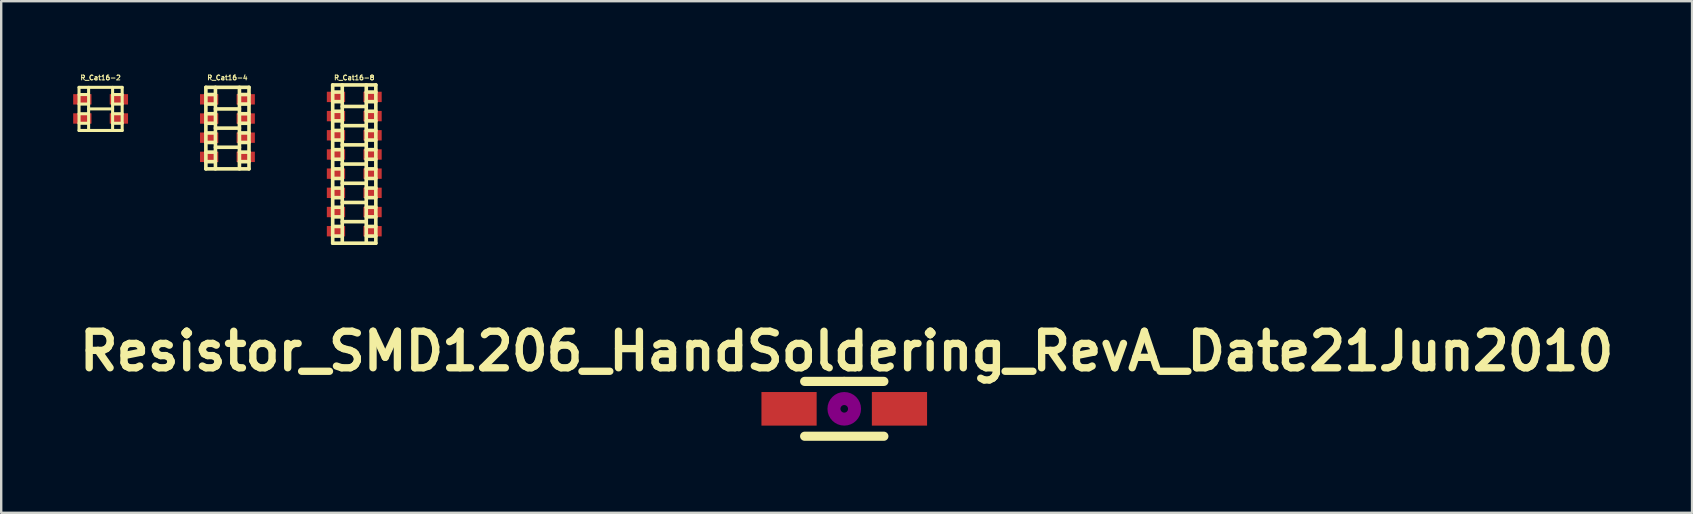
<source format=kicad_pcb>
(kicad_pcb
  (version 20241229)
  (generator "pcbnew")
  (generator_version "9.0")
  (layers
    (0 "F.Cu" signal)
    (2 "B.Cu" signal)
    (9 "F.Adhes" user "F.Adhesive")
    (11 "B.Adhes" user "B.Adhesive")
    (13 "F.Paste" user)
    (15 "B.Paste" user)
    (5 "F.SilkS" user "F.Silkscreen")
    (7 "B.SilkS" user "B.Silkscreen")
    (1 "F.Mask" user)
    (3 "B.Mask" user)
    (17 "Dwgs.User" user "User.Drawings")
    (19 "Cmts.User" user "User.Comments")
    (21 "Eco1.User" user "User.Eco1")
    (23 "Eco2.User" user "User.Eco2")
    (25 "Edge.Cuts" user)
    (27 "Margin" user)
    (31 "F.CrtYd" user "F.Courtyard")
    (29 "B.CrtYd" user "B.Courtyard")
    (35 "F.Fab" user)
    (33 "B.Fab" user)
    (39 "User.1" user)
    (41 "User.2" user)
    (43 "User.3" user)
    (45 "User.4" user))
  (footprint "Resistor_SMD1206_HandSoldering_RevA_Date21Jun2010"
    (layer "F.Cu")
    (at 32.137 13.989)
    (property "Reference" "Resistor_SMD1206_HandSoldering_RevA_Date21Jun2010" (at 0.099 -2.4 0) (layer "F.SilkS") (effects (font (size 1.524 1.524) (thickness 0.305))))
    (attr smd)
    (fp_line (start 0 -1.143) (end -1.651 -1.143) (stroke (width 0.381) (type solid)) (layer "F.SilkS"))
    (fp_line (start 0 -1.143) (end 1.651 -1.143) (stroke (width 0.381) (type solid)) (layer "F.SilkS"))
    (fp_line (start 1.651 1.143) (end -1.651 1.143) (stroke (width 0.381) (type solid)) (layer "F.SilkS"))
    (fp_circle (center 0 0) (end 0.15 0.051) (stroke (width 0.381) (type solid)) (fill no) (layer "F.Adhes"))
    (fp_circle (center 0 0) (end 0.5 0.099) (stroke (width 0.381) (type solid)) (fill no) (layer "F.Adhes"))
    (pad "1" smd rect (at -2.301 0) (size 2.301 1.4) (layers "F.Cu" "F.Mask" "F.Paste"))
    (pad "2" smd rect (at 2.301 0) (size 2.301 1.4) (layers "F.Cu" "F.Mask" "F.Paste")))
  (footprint "R_Cat16-4"
    (layer "F.Cu")
    (at 6.429 2.289)
    (property "Reference" "R_Cat16-4" (at 0 -2.101 0) (layer "F.SilkS") (effects (font (size 0.201 0.201) (thickness 0.041))))
    (attr through_hole)
    (fp_line (start -0.899 -1.699) (end -0.899 1.699) (stroke (width 0.15) (type solid)) (layer "F.SilkS"))
    (fp_line (start -0.899 -1.699) (end 0.899 -1.699) (stroke (width 0.15) (type solid)) (layer "F.SilkS"))
    (fp_line (start -0.899 -1.4) (end -0.5 -1.4) (stroke (width 0.15) (type solid)) (layer "F.SilkS"))
    (fp_line (start -0.899 -1.001) (end -0.5 -1.001) (stroke (width 0.15) (type solid)) (layer "F.SilkS"))
    (fp_line (start -0.899 -0.201) (end -0.5 -0.201) (stroke (width 0.15) (type solid)) (layer "F.SilkS"))
    (fp_line (start -0.899 0.599) (end -0.5 0.599) (stroke (width 0.15) (type solid)) (layer "F.SilkS"))
    (fp_line (start -0.899 1.001) (end -0.5 1.001) (stroke (width 0.15) (type solid)) (layer "F.SilkS"))
    (fp_line (start -0.899 1.4) (end -0.5 1.4) (stroke (width 0.15) (type solid)) (layer "F.SilkS"))
    (fp_line (start -0.899 1.699) (end 0.899 1.699) (stroke (width 0.15) (type solid)) (layer "F.SilkS"))
    (fp_line (start -0.5 -0.8) (end 0.5 -0.8) (stroke (width 0.15) (type solid)) (layer "F.SilkS"))
    (fp_line (start -0.5 -0.599) (end -0.899 -0.599) (stroke (width 0.15) (type solid)) (layer "F.SilkS"))
    (fp_line (start -0.5 0) (end 0.5 0) (stroke (width 0.15) (type solid)) (layer "F.SilkS"))
    (fp_line (start -0.5 0.201) (end -0.899 0.201) (stroke (width 0.15) (type solid)) (layer "F.SilkS"))
    (fp_line (start -0.5 0.8) (end 0.5 0.8) (stroke (width 0.15) (type solid)) (layer "F.SilkS"))
    (fp_line (start -0.5 1.699) (end -0.5 -1.699) (stroke (width 0.15) (type solid)) (layer "F.SilkS"))
    (fp_line (start 0.5 -1.699) (end 0.5 1.699) (stroke (width 0.15) (type solid)) (layer "F.SilkS"))
    (fp_line (start 0.5 -1.4) (end 0.899 -1.4) (stroke (width 0.15) (type solid)) (layer "F.SilkS"))
    (fp_line (start 0.5 -1.001) (end 0.899 -1.001) (stroke (width 0.15) (type solid)) (layer "F.SilkS"))
    (fp_line (start 0.5 -0.201) (end 0.899 -0.201) (stroke (width 0.15) (type solid)) (layer "F.SilkS"))
    (fp_line (start 0.5 0.599) (end 0.899 0.599) (stroke (width 0.15) (type solid)) (layer "F.SilkS"))
    (fp_line (start 0.5 1.001) (end 0.899 1.001) (stroke (width 0.15) (type solid)) (layer "F.SilkS"))
    (fp_line (start 0.5 1.4) (end 0.899 1.4) (stroke (width 0.15) (type solid)) (layer "F.SilkS"))
    (fp_line (start 0.899 -0.599) (end 0.5 -0.599) (stroke (width 0.15) (type solid)) (layer "F.SilkS"))
    (fp_line (start 0.899 0.201) (end 0.5 0.201) (stroke (width 0.15) (type solid)) (layer "F.SilkS"))
    (fp_line (start 0.899 1.699) (end 0.899 -1.699) (stroke (width 0.15) (type solid)) (layer "F.SilkS"))
    (pad "1" smd rect (at 0.762 1.199) (size 0.762 0.432) (layers "F.Cu" "F.Mask" "F.Paste"))
    (pad "2" smd rect (at 0.762 0.399) (size 0.762 0.432) (layers "F.Cu" "F.Mask" "F.Paste"))
    (pad "3" smd rect (at 0.762 -0.399) (size 0.762 0.432) (layers "F.Cu" "F.Mask" "F.Paste"))
    (pad "4" smd rect (at 0.762 -1.199) (size 0.762 0.432) (layers "F.Cu" "F.Mask" "F.Paste"))
    (pad "5" smd rect (at -0.762 -1.199) (size 0.762 0.432) (layers "F.Cu" "F.Mask" "F.Paste"))
    (pad "6" smd rect (at -0.762 -0.399) (size 0.762 0.432) (layers "F.Cu" "F.Mask" "F.Paste"))
    (pad "7" smd rect (at -0.762 0.399) (size 0.762 0.432) (layers "F.Cu" "F.Mask" "F.Paste"))
    (pad "8" smd rect (at -0.762 1.199) (size 0.762 0.432) (layers "F.Cu" "F.Mask" "F.Paste")))
  (footprint "R_Cat16-8"
    (layer "F.Cu")
    (at 11.715 3.788)
    (property "Reference" "R_Cat16-8" (at 0 -3.599 0) (layer "F.SilkS") (effects (font (size 0.201 0.201) (thickness 0.041))))
    (attr through_hole)
    (fp_line (start -0.899 -3.299) (end 0.899 -3.299) (stroke (width 0.15) (type solid)) (layer "F.SilkS"))
    (fp_line (start -0.899 -3) (end -0.5 -3) (stroke (width 0.15) (type solid)) (layer "F.SilkS"))
    (fp_line (start -0.899 -2.601) (end -0.5 -2.601) (stroke (width 0.15) (type solid)) (layer "F.SilkS"))
    (fp_line (start -0.899 -2.2) (end -0.5 -2.2) (stroke (width 0.15) (type solid)) (layer "F.SilkS"))
    (fp_line (start -0.899 -1.801) (end -0.5 -1.801) (stroke (width 0.15) (type solid)) (layer "F.SilkS"))
    (fp_line (start -0.899 -1.4) (end -0.5 -1.4) (stroke (width 0.15) (type solid)) (layer "F.SilkS"))
    (fp_line (start -0.899 -1.001) (end -0.5 -1.001) (stroke (width 0.15) (type solid)) (layer "F.SilkS"))
    (fp_line (start -0.899 -0.201) (end -0.5 -0.201) (stroke (width 0.15) (type solid)) (layer "F.SilkS"))
    (fp_line (start -0.899 0.599) (end -0.5 0.599) (stroke (width 0.15) (type solid)) (layer "F.SilkS"))
    (fp_line (start -0.899 1.001) (end -0.5 1.001) (stroke (width 0.15) (type solid)) (layer "F.SilkS"))
    (fp_line (start -0.899 1.4) (end -0.5 1.4) (stroke (width 0.15) (type solid)) (layer "F.SilkS"))
    (fp_line (start -0.899 2.2) (end -0.5 2.2) (stroke (width 0.15) (type solid)) (layer "F.SilkS"))
    (fp_line (start -0.899 3) (end -0.5 3) (stroke (width 0.15) (type solid)) (layer "F.SilkS"))
    (fp_line (start -0.899 3.299) (end -0.899 -3.299) (stroke (width 0.15) (type solid)) (layer "F.SilkS"))
    (fp_line (start -0.5 -3.299) (end -0.5 3.299) (stroke (width 0.15) (type solid)) (layer "F.SilkS"))
    (fp_line (start -0.5 -2.4) (end 0.5 -2.4) (stroke (width 0.15) (type solid)) (layer "F.SilkS"))
    (fp_line (start -0.5 -1.6) (end 0.5 -1.6) (stroke (width 0.15) (type solid)) (layer "F.SilkS"))
    (fp_line (start -0.5 -0.8) (end 0.5 -0.8) (stroke (width 0.15) (type solid)) (layer "F.SilkS"))
    (fp_line (start -0.5 -0.599) (end -0.899 -0.599) (stroke (width 0.15) (type solid)) (layer "F.SilkS"))
    (fp_line (start -0.5 0) (end 0.5 0) (stroke (width 0.15) (type solid)) (layer "F.SilkS"))
    (fp_line (start -0.5 0.201) (end -0.899 0.201) (stroke (width 0.15) (type solid)) (layer "F.SilkS"))
    (fp_line (start -0.5 0.8) (end 0.5 0.8) (stroke (width 0.15) (type solid)) (layer "F.SilkS"))
    (fp_line (start -0.5 1.6) (end 0.5 1.6) (stroke (width 0.15) (type solid)) (layer "F.SilkS"))
    (fp_line (start -0.5 1.801) (end -0.899 1.801) (stroke (width 0.15) (type solid)) (layer "F.SilkS"))
    (fp_line (start -0.5 2.4) (end 0.5 2.4) (stroke (width 0.15) (type solid)) (layer "F.SilkS"))
    (fp_line (start -0.5 2.601) (end -0.899 2.601) (stroke (width 0.15) (type solid)) (layer "F.SilkS"))
    (fp_line (start 0.5 -3) (end 0.899 -3) (stroke (width 0.15) (type solid)) (layer "F.SilkS"))
    (fp_line (start 0.5 -2.601) (end 0.899 -2.601) (stroke (width 0.15) (type solid)) (layer "F.SilkS"))
    (fp_line (start 0.5 -2.2) (end 0.899 -2.2) (stroke (width 0.15) (type solid)) (layer "F.SilkS"))
    (fp_line (start 0.5 -1.801) (end 0.899 -1.801) (stroke (width 0.15) (type solid)) (layer "F.SilkS"))
    (fp_line (start 0.5 -1.4) (end 0.899 -1.4) (stroke (width 0.15) (type solid)) (layer "F.SilkS"))
    (fp_line (start 0.5 -1.001) (end 0.899 -1.001) (stroke (width 0.15) (type solid)) (layer "F.SilkS"))
    (fp_line (start 0.5 -0.201) (end 0.899 -0.201) (stroke (width 0.15) (type solid)) (layer "F.SilkS"))
    (fp_line (start 0.5 0.599) (end 0.899 0.599) (stroke (width 0.15) (type solid)) (layer "F.SilkS"))
    (fp_line (start 0.5 1.001) (end 0.899 1.001) (stroke (width 0.15) (type solid)) (layer "F.SilkS"))
    (fp_line (start 0.5 1.4) (end 0.899 1.4) (stroke (width 0.15) (type solid)) (layer "F.SilkS"))
    (fp_line (start 0.5 3) (end 0.899 3) (stroke (width 0.15) (type solid)) (layer "F.SilkS"))
    (fp_line (start 0.5 3.299) (end 0.5 -3.299) (stroke (width 0.15) (type solid)) (layer "F.SilkS"))
    (fp_line (start 0.899 -3.299) (end 0.899 3.299) (stroke (width 0.15) (type solid)) (layer "F.SilkS"))
    (fp_line (start 0.899 -0.599) (end 0.5 -0.599) (stroke (width 0.15) (type solid)) (layer "F.SilkS"))
    (fp_line (start 0.899 0.201) (end 0.5 0.201) (stroke (width 0.15) (type solid)) (layer "F.SilkS"))
    (fp_line (start 0.899 1.801) (end 0.5 1.801) (stroke (width 0.15) (type solid)) (layer "F.SilkS"))
    (fp_line (start 0.899 2.2) (end 0.5 2.2) (stroke (width 0.15) (type solid)) (layer "F.SilkS"))
    (fp_line (start 0.899 2.601) (end 0.5 2.601) (stroke (width 0.15) (type solid)) (layer "F.SilkS"))
    (fp_line (start 0.899 3.299) (end -0.899 3.299) (stroke (width 0.15) (type solid)) (layer "F.SilkS"))
    (pad "1" smd rect (at 0.762 2.799) (size 0.762 0.432) (layers "F.Cu" "F.Mask" "F.Paste"))
    (pad "2" smd rect (at 0.762 1.999) (size 0.762 0.432) (layers "F.Cu" "F.Mask" "F.Paste"))
    (pad "3" smd rect (at 0.762 1.199) (size 0.762 0.432) (layers "F.Cu" "F.Mask" "F.Paste"))
    (pad "4" smd rect (at 0.762 0.399) (size 0.762 0.432) (layers "F.Cu" "F.Mask" "F.Paste"))
    (pad "5" smd rect (at 0.762 -0.399) (size 0.762 0.432) (layers "F.Cu" "F.Mask" "F.Paste"))
    (pad "6" smd rect (at 0.762 -1.199) (size 0.762 0.432) (layers "F.Cu" "F.Mask" "F.Paste"))
    (pad "7" smd rect (at 0.762 -1.999) (size 0.762 0.432) (layers "F.Cu" "F.Mask" "F.Paste"))
    (pad "8" smd rect (at 0.762 -2.799) (size 0.762 0.432) (layers "F.Cu" "F.Mask" "F.Paste"))
    (pad "9" smd rect (at -0.762 -2.799) (size 0.762 0.432) (layers "F.Cu" "F.Mask" "F.Paste"))
    (pad "10" smd rect (at -0.762 -1.999) (size 0.762 0.432) (layers "F.Cu" "F.Mask" "F.Paste"))
    (pad "11" smd rect (at -0.762 -1.199) (size 0.762 0.432) (layers "F.Cu" "F.Mask" "F.Paste"))
    (pad "12" smd rect (at -0.762 -0.399) (size 0.762 0.432) (layers "F.Cu" "F.Mask" "F.Paste"))
    (pad "13" smd rect (at -0.762 0.399) (size 0.762 0.432) (layers "F.Cu" "F.Mask" "F.Paste"))
    (pad "14" smd rect (at -0.762 1.199) (size 0.762 0.432) (layers "F.Cu" "F.Mask" "F.Paste"))
    (pad "15" smd rect (at -0.762 1.999) (size 0.762 0.432) (layers "F.Cu" "F.Mask" "F.Paste"))
    (pad "16" smd rect (at -0.762 2.799) (size 0.762 0.432) (layers "F.Cu" "F.Mask" "F.Paste")))
  (footprint "R_Cat16-2"
    (layer "F.Cu")
    (at 1.143 1.489)
    (property "Reference" "R_Cat16-2" (at 0 -1.3 0) (layer "F.SilkS") (effects (font (size 0.201 0.201) (thickness 0.041))))
    (attr through_hole)
    (fp_line (start -0.899 -0.899) (end -0.899 0.899) (stroke (width 0.127) (type solid)) (layer "F.SilkS"))
    (fp_line (start -0.899 -0.201) (end -0.5 -0.201) (stroke (width 0.127) (type solid)) (layer "F.SilkS"))
    (fp_line (start -0.899 0.599) (end -0.5 0.599) (stroke (width 0.127) (type solid)) (layer "F.SilkS"))
    (fp_line (start -0.899 0.899) (end 0.899 0.899) (stroke (width 0.127) (type solid)) (layer "F.SilkS"))
    (fp_line (start -0.5 -0.599) (end -0.899 -0.599) (stroke (width 0.127) (type solid)) (layer "F.SilkS"))
    (fp_line (start -0.5 0) (end 0.5 0) (stroke (width 0.127) (type solid)) (layer "F.SilkS"))
    (fp_line (start -0.5 0.201) (end -0.899 0.201) (stroke (width 0.127) (type solid)) (layer "F.SilkS"))
    (fp_line (start -0.5 0.899) (end -0.5 -0.899) (stroke (width 0.127) (type solid)) (layer "F.SilkS"))
    (fp_line (start 0.5 -0.899) (end 0.5 0.899) (stroke (width 0.127) (type solid)) (layer "F.SilkS"))
    (fp_line (start 0.5 -0.201) (end 0.899 -0.201) (stroke (width 0.127) (type solid)) (layer "F.SilkS"))
    (fp_line (start 0.5 0.599) (end 0.899 0.599) (stroke (width 0.127) (type solid)) (layer "F.SilkS"))
    (fp_line (start 0.899 -0.899) (end -0.899 -0.899) (stroke (width 0.127) (type solid)) (layer "F.SilkS"))
    (fp_line (start 0.899 -0.599) (end 0.5 -0.599) (stroke (width 0.127) (type solid)) (layer "F.SilkS"))
    (fp_line (start 0.899 0.201) (end 0.5 0.201) (stroke (width 0.127) (type solid)) (layer "F.SilkS"))
    (fp_line (start 0.899 0.899) (end 0.899 -0.899) (stroke (width 0.127) (type solid)) (layer "F.SilkS"))
    (pad "1" smd rect (at 0.762 0.399) (size 0.762 0.432) (layers "F.Cu" "F.Mask" "F.Paste"))
    (pad "2" smd rect (at 0.762 -0.399) (size 0.762 0.432) (layers "F.Cu" "F.Mask" "F.Paste"))
    (pad "3" smd rect (at -0.762 -0.399) (size 0.762 0.432) (layers "F.Cu" "F.Mask" "F.Paste"))
    (pad "4" smd rect (at -0.762 0.399) (size 0.762 0.432) (layers "F.Cu" "F.Mask" "F.Paste")))
  (gr_rect
    (start -3 -3)
    (end 67.472 18.323)
    (stroke (width 0.1) (type default))
    (fill no)
    (layer "Edge.Cuts")))
</source>
